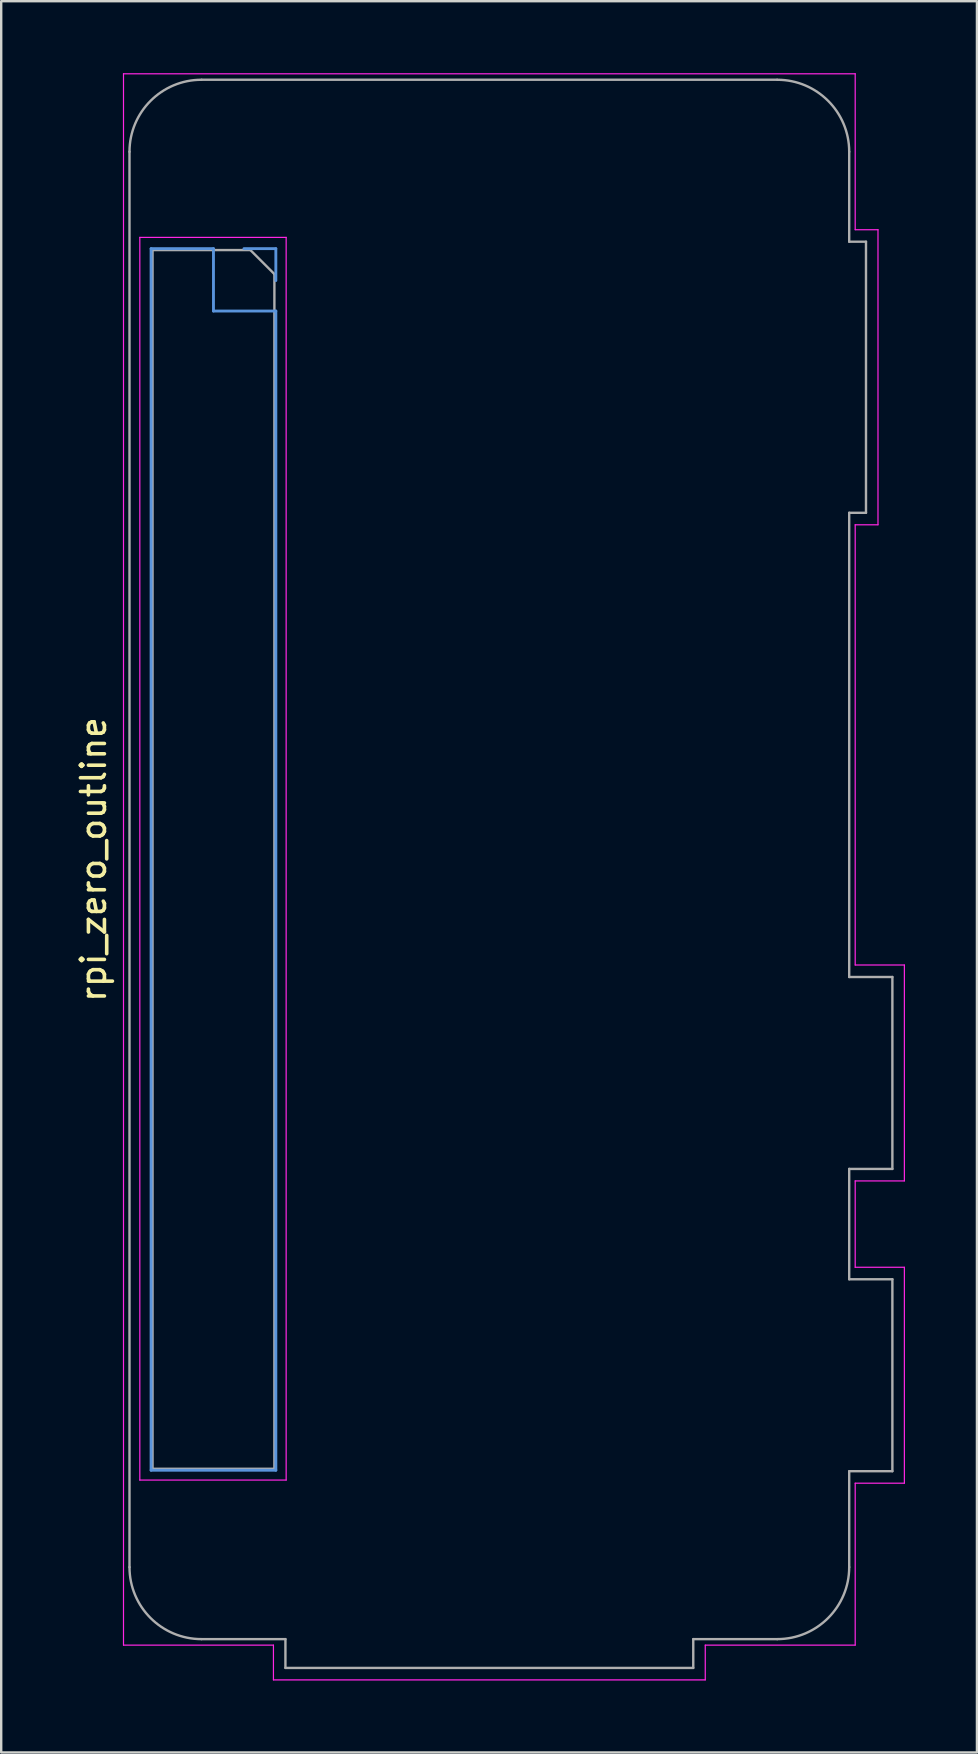
<source format=kicad_pcb>
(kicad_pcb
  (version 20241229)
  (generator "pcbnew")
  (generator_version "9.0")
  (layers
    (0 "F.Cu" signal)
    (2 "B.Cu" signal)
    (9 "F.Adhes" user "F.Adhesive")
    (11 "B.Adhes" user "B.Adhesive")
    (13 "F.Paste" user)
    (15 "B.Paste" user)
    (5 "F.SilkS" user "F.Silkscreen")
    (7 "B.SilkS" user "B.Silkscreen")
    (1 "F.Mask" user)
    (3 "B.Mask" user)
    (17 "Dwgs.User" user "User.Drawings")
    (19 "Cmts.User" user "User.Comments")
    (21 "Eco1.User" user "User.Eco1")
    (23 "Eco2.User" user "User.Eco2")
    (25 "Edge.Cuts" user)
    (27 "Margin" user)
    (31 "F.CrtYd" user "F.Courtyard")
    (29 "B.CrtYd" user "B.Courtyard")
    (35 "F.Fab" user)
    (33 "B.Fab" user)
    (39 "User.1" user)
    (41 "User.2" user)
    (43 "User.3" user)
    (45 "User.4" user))
  (footprint "rpi_zero_outline"
    (layer "F.Cu")
    (at 7.118 8.645)
    (property "Reference" "rpi_zero_outline" (at -6.27 24.13 90) (layer "F.SilkS") (effects (font (size 1 1) (thickness 0.15))))
    (attr through_hole)
    (fp_line (start -3.87 -1.33) (end -3.87 49.59) (stroke (width 0.12) (type solid)) (layer "Cmts.User"))
    (fp_line (start -3.87 -1.33) (end -1.27 -1.33) (stroke (width 0.12) (type solid)) (layer "Cmts.User"))
    (fp_line (start -3.87 49.59) (end 1.33 49.59) (stroke (width 0.12) (type solid)) (layer "Cmts.User"))
    (fp_line (start -1.27 -1.33) (end -1.27 1.27) (stroke (width 0.12) (type solid)) (layer "Cmts.User"))
    (fp_line (start -1.27 1.27) (end 1.33 1.27) (stroke (width 0.12) (type solid)) (layer "Cmts.User"))
    (fp_line (start 0 -1.33) (end 1.33 -1.33) (stroke (width 0.12) (type solid)) (layer "Cmts.User"))
    (fp_line (start 1.33 -1.33) (end 1.33 0) (stroke (width 0.12) (type solid)) (layer "Cmts.User"))
    (fp_line (start 1.33 1.27) (end 1.33 49.59) (stroke (width 0.12) (type solid)) (layer "Cmts.User"))
    (fp_line (start -5.02 -8.62) (end 25.48 -8.62) (stroke (width 0.05) (type solid)) (layer "F.CrtYd"))
    (fp_line (start -5.02 56.88) (end -5.02 -8.62) (stroke (width 0.05) (type solid)) (layer "F.CrtYd"))
    (fp_line (start -5.02 56.88) (end 1.23 56.88) (stroke (width 0.05) (type solid)) (layer "F.CrtYd"))
    (fp_line (start -4.34 -1.8) (end 1.76 -1.8) (stroke (width 0.05) (type solid)) (layer "F.CrtYd"))
    (fp_line (start -4.34 50) (end -4.34 -1.8) (stroke (width 0.05) (type solid)) (layer "F.CrtYd"))
    (fp_line (start 1.23 58.33) (end 1.23 56.88) (stroke (width 0.05) (type solid)) (layer "F.CrtYd"))
    (fp_line (start 1.76 -1.8) (end 1.76 50) (stroke (width 0.05) (type solid)) (layer "F.CrtYd"))
    (fp_line (start 1.76 50) (end -4.34 50) (stroke (width 0.05) (type solid)) (layer "F.CrtYd"))
    (fp_line (start 19.23 56.88) (end 25.48 56.88) (stroke (width 0.05) (type solid)) (layer "F.CrtYd"))
    (fp_line (start 19.23 58.33) (end 1.23 58.33) (stroke (width 0.05) (type solid)) (layer "F.CrtYd"))
    (fp_line (start 19.23 58.33) (end 19.23 56.88) (stroke (width 0.05) (type solid)) (layer "F.CrtYd"))
    (fp_line (start 25.48 -2.12) (end 25.48 -8.62) (stroke (width 0.05) (type solid)) (layer "F.CrtYd"))
    (fp_line (start 25.48 28.53) (end 25.48 10.18) (stroke (width 0.05) (type solid)) (layer "F.CrtYd"))
    (fp_line (start 25.48 37.53) (end 25.48 41.13) (stroke (width 0.05) (type solid)) (layer "F.CrtYd"))
    (fp_line (start 25.48 50.13) (end 25.48 56.88) (stroke (width 0.05) (type solid)) (layer "F.CrtYd"))
    (fp_line (start 26.43 -2.12) (end 25.48 -2.12) (stroke (width 0.05) (type solid)) (layer "F.CrtYd"))
    (fp_line (start 26.43 -2.12) (end 26.43 10.18) (stroke (width 0.05) (type solid)) (layer "F.CrtYd"))
    (fp_line (start 26.43 10.18) (end 25.48 10.18) (stroke (width 0.05) (type solid)) (layer "F.CrtYd"))
    (fp_line (start 27.53 28.53) (end 25.48 28.53) (stroke (width 0.05) (type solid)) (layer "F.CrtYd"))
    (fp_line (start 27.53 37.53) (end 25.48 37.53) (stroke (width 0.05) (type solid)) (layer "F.CrtYd"))
    (fp_line (start 27.53 37.53) (end 27.53 28.53) (stroke (width 0.05) (type solid)) (layer "F.CrtYd"))
    (fp_line (start 27.53 41.13) (end 25.48 41.13) (stroke (width 0.05) (type solid)) (layer "F.CrtYd"))
    (fp_line (start 27.53 50.13) (end 25.48 50.13) (stroke (width 0.05) (type solid)) (layer "F.CrtYd"))
    (fp_line (start 27.53 50.13) (end 27.53 41.13) (stroke (width 0.05) (type solid)) (layer "F.CrtYd"))
    (fp_line (start -4.77 53.63) (end -4.77 -5.37) (stroke (width 0.1) (type solid)) (layer "F.Fab"))
    (fp_line (start -3.81 -1.27) (end 0.27 -1.27) (stroke (width 0.1) (type solid)) (layer "F.Fab"))
    (fp_line (start -3.81 49.53) (end -3.81 -1.27) (stroke (width 0.1) (type solid)) (layer "F.Fab"))
    (fp_line (start -1.77 -8.37) (end 22.23 -8.37) (stroke (width 0.1) (type solid)) (layer "F.Fab"))
    (fp_line (start -1.77 56.63) (end 1.73 56.63) (stroke (width 0.1) (type solid)) (layer "F.Fab"))
    (fp_line (start 0.27 -1.27) (end 1.27 -0.27) (stroke (width 0.1) (type solid)) (layer "F.Fab"))
    (fp_line (start 1.27 -0.27) (end 1.27 49.53) (stroke (width 0.1) (type solid)) (layer "F.Fab"))
    (fp_line (start 1.27 49.53) (end -3.81 49.53) (stroke (width 0.1) (type solid)) (layer "F.Fab"))
    (fp_line (start 1.73 56.63) (end 1.73 57.83) (stroke (width 0.1) (type solid)) (layer "F.Fab"))
    (fp_line (start 1.73 57.83) (end 18.73 57.83) (stroke (width 0.1) (type solid)) (layer "F.Fab"))
    (fp_line (start 18.73 56.63) (end 18.73 57.83) (stroke (width 0.1) (type solid)) (layer "F.Fab"))
    (fp_line (start 22.23 56.63) (end 18.73 56.63) (stroke (width 0.1) (type solid)) (layer "F.Fab"))
    (fp_line (start 25.23 -1.62) (end 25.23 -5.37) (stroke (width 0.1) (type solid)) (layer "F.Fab"))
    (fp_line (start 25.23 -1.62) (end 25.93 -1.62) (stroke (width 0.1) (type solid)) (layer "F.Fab"))
    (fp_line (start 25.23 9.68) (end 25.93 9.68) (stroke (width 0.1) (type solid)) (layer "F.Fab"))
    (fp_line (start 25.23 29.03) (end 25.23 9.68) (stroke (width 0.1) (type solid)) (layer "F.Fab"))
    (fp_line (start 25.23 37.03) (end 27.03 37.03) (stroke (width 0.1) (type solid)) (layer "F.Fab"))
    (fp_line (start 25.23 41.63) (end 25.23 37.03) (stroke (width 0.1) (type solid)) (layer "F.Fab"))
    (fp_line (start 25.23 49.63) (end 25.23 53.63) (stroke (width 0.1) (type solid)) (layer "F.Fab"))
    (fp_line (start 25.23 49.63) (end 27.03 49.63) (stroke (width 0.1) (type solid)) (layer "F.Fab"))
    (fp_line (start 25.93 9.68) (end 25.93 -1.62) (stroke (width 0.1) (type solid)) (layer "F.Fab"))
    (fp_line (start 27.03 29.03) (end 25.23 29.03) (stroke (width 0.1) (type solid)) (layer "F.Fab"))
    (fp_line (start 27.03 37.03) (end 27.03 29.03) (stroke (width 0.1) (type solid)) (layer "F.Fab"))
    (fp_line (start 27.03 41.63) (end 25.23 41.63) (stroke (width 0.1) (type solid)) (layer "F.Fab"))
    (fp_line (start 27.03 49.63) (end 27.03 41.63) (stroke (width 0.1) (type solid)) (layer "F.Fab"))
    (fp_arc (start -4.77 -5.37) (mid -3.89132 -7.49132) (end -1.77 -8.37) (stroke (width 0.1) (type solid)) (layer "F.Fab"))
    (fp_arc (start -1.77 56.63) (mid -3.89132 55.75132) (end -4.77 53.63) (stroke (width 0.1) (type solid)) (layer "F.Fab"))
    (fp_arc (start 22.23 -8.37) (mid 24.35132 -7.49132) (end 25.23 -5.37) (stroke (width 0.1) (type solid)) (layer "F.Fab"))
    (fp_arc (start 25.23 53.63) (mid 24.35132 55.75132) (end 22.23 56.63) (stroke (width 0.1) (type solid)) (layer "F.Fab")))
  (gr_rect
    (start -3 -3)
    (end 37.673 70)
    (stroke (width 0.1) (type default))
    (fill no)
    (layer "Edge.Cuts")))
</source>
